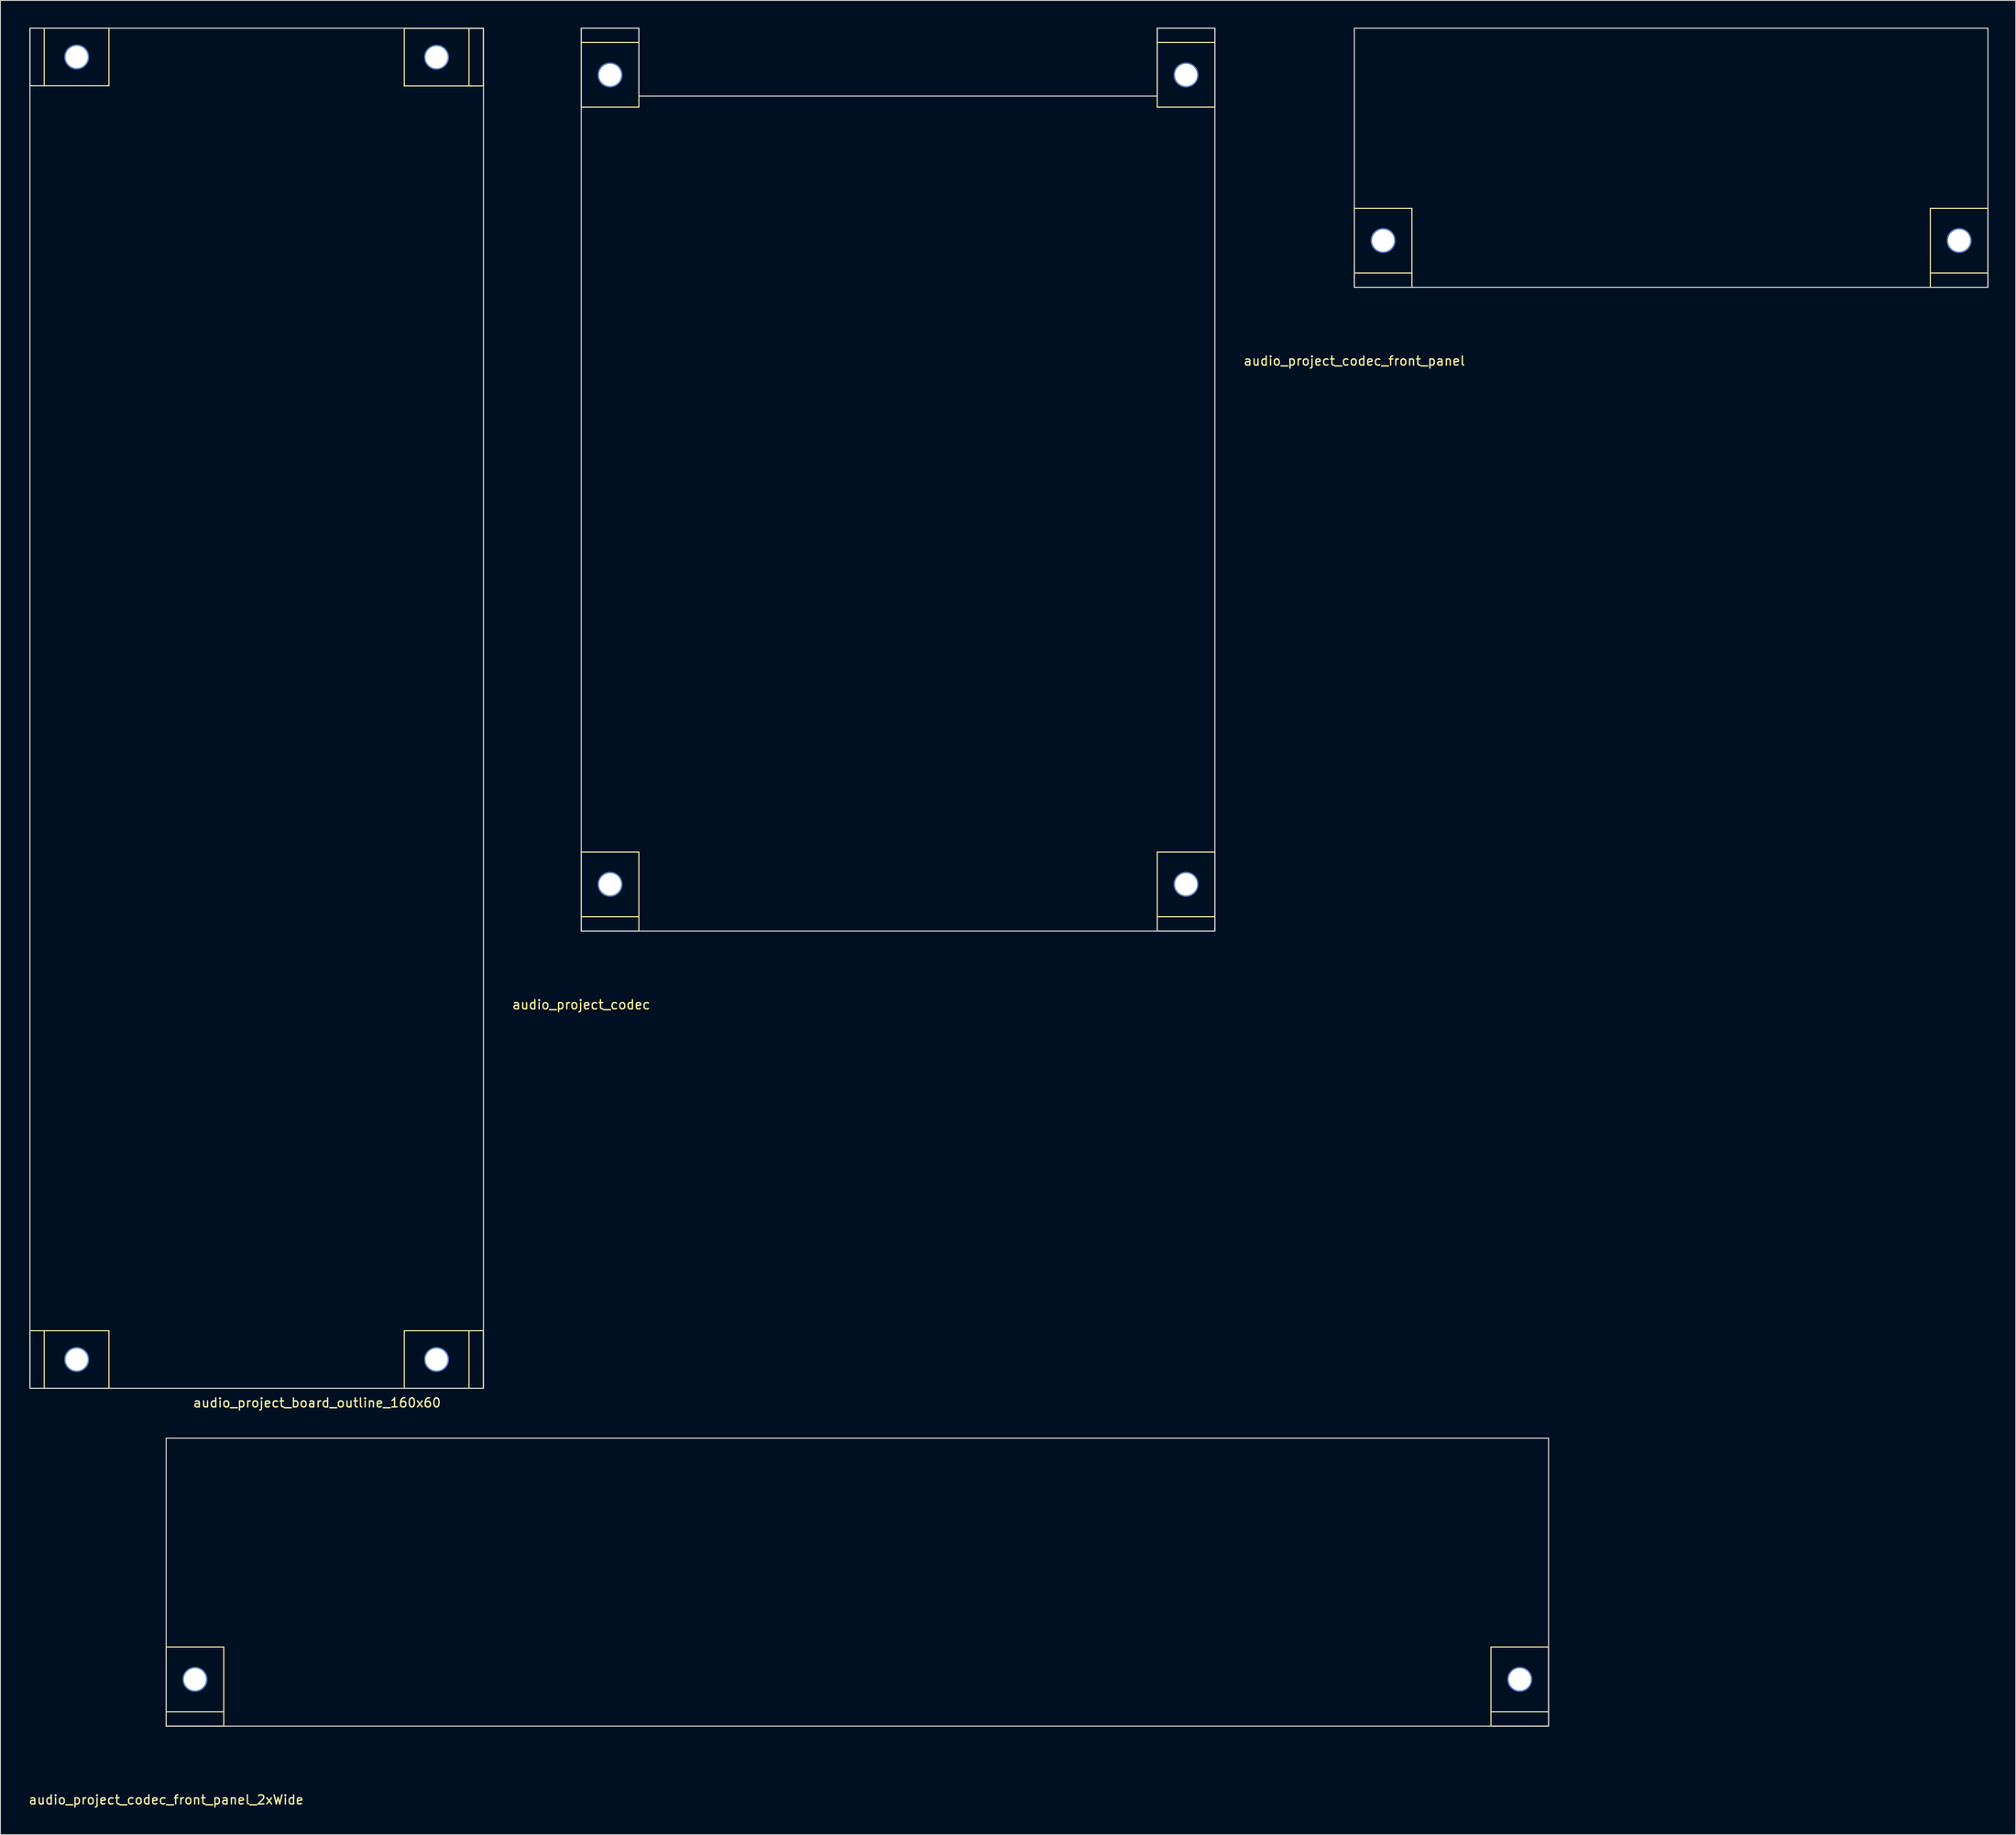
<source format=kicad_pcb>
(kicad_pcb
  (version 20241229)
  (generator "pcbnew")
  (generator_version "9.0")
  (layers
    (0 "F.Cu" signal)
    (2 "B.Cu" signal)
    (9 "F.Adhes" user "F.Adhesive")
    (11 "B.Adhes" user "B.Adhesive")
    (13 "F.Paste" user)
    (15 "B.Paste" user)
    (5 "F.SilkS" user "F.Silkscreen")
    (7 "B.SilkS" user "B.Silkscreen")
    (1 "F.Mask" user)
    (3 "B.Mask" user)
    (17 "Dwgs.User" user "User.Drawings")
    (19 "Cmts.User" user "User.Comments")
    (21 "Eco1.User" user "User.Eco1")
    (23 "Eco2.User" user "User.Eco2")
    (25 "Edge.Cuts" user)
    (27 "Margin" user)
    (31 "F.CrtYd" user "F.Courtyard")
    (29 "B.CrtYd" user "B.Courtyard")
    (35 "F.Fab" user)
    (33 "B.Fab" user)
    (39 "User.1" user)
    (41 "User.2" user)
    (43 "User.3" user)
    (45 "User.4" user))
  (footprint "audio_project_codec"
    (layer "F.Cu")
    (at 61.03 99.628)
    (property "Reference" "audio_project_codec" (at 0 8.12 0) (layer "F.SilkS") (effects (font (size 1 1) (thickness 0.15))))
    (attr through_hole)
    (fp_line (start 0 -99.568) (end 0 -90.856) (stroke (width 0.12) (type solid)) (layer "F.SilkS"))
    (fp_line (start 0 -99.568) (end 6.35 -99.568) (stroke (width 0.12) (type solid)) (layer "F.SilkS"))
    (fp_line (start 0 -97.993) (end 6.35 -97.993) (stroke (width 0.12) (type solid)) (layer "F.SilkS"))
    (fp_line (start 0 -90.856) (end 6.35 -90.856) (stroke (width 0.12) (type solid)) (layer "F.SilkS"))
    (fp_line (start 0 0) (end 0 -8.712) (stroke (width 0.12) (type solid)) (layer "F.SilkS"))
    (fp_line (start 6.35 -99.568) (end 6.35 -90.856) (stroke (width 0.12) (type solid)) (layer "F.SilkS"))
    (fp_line (start 6.35 -8.712) (end 0 -8.712) (stroke (width 0.12) (type solid)) (layer "F.SilkS"))
    (fp_line (start 6.35 -1.575) (end 0 -1.575) (stroke (width 0.12) (type solid)) (layer "F.SilkS"))
    (fp_line (start 6.35 0) (end 0 0) (stroke (width 0.12) (type solid)) (layer "F.SilkS"))
    (fp_line (start 6.35 0) (end 6.35 -8.712) (stroke (width 0.12) (type solid)) (layer "F.SilkS"))
    (fp_line (start 63.5 -99.568) (end 63.5 -90.856) (stroke (width 0.12) (type solid)) (layer "F.SilkS"))
    (fp_line (start 63.5 -99.568) (end 69.85 -99.568) (stroke (width 0.12) (type solid)) (layer "F.SilkS"))
    (fp_line (start 63.5 -97.993) (end 69.85 -97.993) (stroke (width 0.12) (type solid)) (layer "F.SilkS"))
    (fp_line (start 63.5 -90.856) (end 69.85 -90.856) (stroke (width 0.12) (type solid)) (layer "F.SilkS"))
    (fp_line (start 63.5 0) (end 63.5 -8.712) (stroke (width 0.12) (type solid)) (layer "F.SilkS"))
    (fp_line (start 69.85 -99.568) (end 69.85 -90.856) (stroke (width 0.12) (type solid)) (layer "F.SilkS"))
    (fp_line (start 69.85 -8.712) (end 63.5 -8.712) (stroke (width 0.12) (type solid)) (layer "F.SilkS"))
    (fp_line (start 69.85 -1.575) (end 63.5 -1.575) (stroke (width 0.12) (type solid)) (layer "F.SilkS"))
    (fp_line (start 69.85 0) (end 63.5 0) (stroke (width 0.12) (type solid)) (layer "F.SilkS"))
    (fp_line (start 69.85 0) (end 69.85 -8.712) (stroke (width 0.12) (type solid)) (layer "F.SilkS"))
    (fp_line (start 0 -99.568) (end 6.35 -99.568) (stroke (width 0.12) (type solid)) (layer "Edge.Cuts"))
    (fp_line (start 0 0) (end 0 -99.568) (stroke (width 0.12) (type solid)) (layer "Edge.Cuts"))
    (fp_line (start 0 0) (end 69.85 0) (stroke (width 0.12) (type solid)) (layer "Edge.Cuts"))
    (fp_line (start 6.35 -92.075) (end 6.35 -99.568) (stroke (width 0.12) (type solid)) (layer "Edge.Cuts"))
    (fp_line (start 6.35 -92.075) (end 63.5 -92.075) (stroke (width 0.12) (type solid)) (layer "Edge.Cuts"))
    (fp_line (start 63.5 -99.568) (end 63.5 -92.075) (stroke (width 0.12) (type solid)) (layer "Edge.Cuts"))
    (fp_line (start 63.5 -99.568) (end 69.85 -99.568) (stroke (width 0.12) (type solid)) (layer "Edge.Cuts"))
    (fp_line (start 69.85 0) (end 69.85 -99.568) (stroke (width 0.12) (type solid)) (layer "Edge.Cuts"))
    (pad "1" thru_hole circle (at 3.175 -94.412 90) (size 2.75 2.75) (drill 2.45) (layers "*.Cu" "*.Mask"))
    (pad "1" thru_hole circle (at 3.175 -5.156 270) (size 2.75 2.75) (drill 2.45) (layers "*.Cu" "*.Mask"))
    (pad "1" thru_hole circle (at 66.675 -94.412 90) (size 2.75 2.75) (drill 2.45) (layers "*.Cu" "*.Mask"))
    (pad "1" thru_hole circle (at 66.675 -5.156 270) (size 2.75 2.75) (drill 2.45) (layers "*.Cu" "*.Mask")))
  (footprint "audio_project_codec_front_panel_2xWide"
    (layer "F.Cu")
    (at 15.268 187.318)
    (property "Reference" "audio_project_codec_front_panel_2xWide" (at 0 8.12 0) (layer "F.SilkS") (effects (font (size 1 1) (thickness 0.15))))
    (attr through_hole)
    (fp_line (start 0 0) (end 0 -8.712) (stroke (width 0.12) (type solid)) (layer "F.SilkS"))
    (fp_line (start 6.35 -8.712) (end 0 -8.712) (stroke (width 0.12) (type solid)) (layer "F.SilkS"))
    (fp_line (start 6.35 -1.575) (end 0 -1.575) (stroke (width 0.12) (type solid)) (layer "F.SilkS"))
    (fp_line (start 6.35 0) (end 0 0) (stroke (width 0.12) (type solid)) (layer "F.SilkS"))
    (fp_line (start 6.35 0) (end 6.35 -8.712) (stroke (width 0.12) (type solid)) (layer "F.SilkS"))
    (fp_line (start 146.05 0) (end 146.05 -8.712) (stroke (width 0.12) (type solid)) (layer "F.SilkS"))
    (fp_line (start 152.4 -8.712) (end 146.05 -8.712) (stroke (width 0.12) (type solid)) (layer "F.SilkS"))
    (fp_line (start 152.4 -1.575) (end 146.05 -1.575) (stroke (width 0.12) (type solid)) (layer "F.SilkS"))
    (fp_line (start 152.4 0) (end 146.05 0) (stroke (width 0.12) (type solid)) (layer "F.SilkS"))
    (fp_line (start 152.4 0) (end 152.4 -8.712) (stroke (width 0.12) (type solid)) (layer "F.SilkS"))
    (fp_line (start 0 -31.75) (end 152.4 -31.75) (stroke (width 0.12) (type solid)) (layer "Edge.Cuts"))
    (fp_line (start 0 0) (end 0 -31.75) (stroke (width 0.12) (type solid)) (layer "Edge.Cuts"))
    (fp_line (start 0 0) (end 152.4 0) (stroke (width 0.12) (type solid)) (layer "Edge.Cuts"))
    (fp_line (start 152.4 0) (end 152.4 -31.75) (stroke (width 0.12) (type solid)) (layer "Edge.Cuts"))
    (pad "1" thru_hole circle (at 3.175 -5.156 270) (size 2.75 2.75) (drill 2.45) (layers "*.Cu" "*.Mask"))
    (pad "1" thru_hole circle (at 149.225 -5.156 270) (size 2.75 2.75) (drill 2.45) (layers "*.Cu" "*.Mask")))
  (footprint "audio_project_board_outline_160x60"
    (layer "F.Cu")
    (at 0.25 150.06)
    (property "Reference" "audio_project_board_outline_160x60" (at 31.65 1.6 180) (layer "F.SilkS") (effects (font (size 1 1) (thickness 0.15))))
    (attr through_hole)
    (fp_line (start 0 -6.35) (end 8.712 -6.35) (stroke (width 0.12) (type solid)) (layer "F.SilkS"))
    (fp_line (start 0 0) (end 0 -6.35) (stroke (width 0.12) (type solid)) (layer "F.SilkS"))
    (fp_line (start 0 0) (end 8.712 0) (stroke (width 0.12) (type solid)) (layer "F.SilkS"))
    (fp_line (start 0.0002 -150) (end 8.712 -150) (stroke (width 0.12) (type solid)) (layer "F.SilkS"))
    (fp_line (start 0.0002 -143.65) (end 0.0002 -150) (stroke (width 0.12) (type solid)) (layer "F.SilkS"))
    (fp_line (start 0.0002 -143.65) (end 8.712 -143.65) (stroke (width 0.12) (type solid)) (layer "F.SilkS"))
    (fp_line (start 1.575 0) (end 1.575 -6.35) (stroke (width 0.12) (type solid)) (layer "F.SilkS"))
    (fp_line (start 1.575 -143.65) (end 1.575 -150) (stroke (width 0.12) (type solid)) (layer "F.SilkS"))
    (fp_line (start 8.712 0) (end 8.712 -6.35) (stroke (width 0.12) (type solid)) (layer "F.SilkS"))
    (fp_line (start 8.712 -143.65) (end 8.712 -150) (stroke (width 0.12) (type solid)) (layer "F.SilkS"))
    (fp_line (start 41.269 -149.975) (end 41.269 -143.625) (stroke (width 0.12) (type solid)) (layer "F.SilkS"))
    (fp_line (start 41.269 -6.35) (end 41.269 0) (stroke (width 0.12) (type solid)) (layer "F.SilkS"))
    (fp_line (start 48.406 -149.975) (end 48.406 -143.625) (stroke (width 0.12) (type solid)) (layer "F.SilkS"))
    (fp_line (start 48.406 -6.35) (end 48.406 0) (stroke (width 0.12) (type solid)) (layer "F.SilkS"))
    (fp_line (start 49.981 -149.975) (end 41.269 -149.975) (stroke (width 0.12) (type solid)) (layer "F.SilkS"))
    (fp_line (start 49.981 -149.975) (end 49.981 -143.625) (stroke (width 0.12) (type solid)) (layer "F.SilkS"))
    (fp_line (start 49.981 -143.625) (end 41.269 -143.625) (stroke (width 0.12) (type solid)) (layer "F.SilkS"))
    (fp_line (start 49.981 -6.35) (end 41.269 -6.35) (stroke (width 0.12) (type solid)) (layer "F.SilkS"))
    (fp_line (start 49.981 -6.35) (end 49.981 0) (stroke (width 0.12) (type solid)) (layer "F.SilkS"))
    (fp_line (start 49.981 0) (end 41.269 0) (stroke (width 0.12) (type solid)) (layer "F.SilkS"))
    (fp_line (start 0 -150) (end 50 -150) (stroke (width 0.12) (type solid)) (layer "Edge.Cuts"))
    (fp_line (start 0 0) (end 0 -150) (stroke (width 0.12) (type solid)) (layer "Edge.Cuts"))
    (fp_line (start 0 0) (end 50 0) (stroke (width 0.12) (type solid)) (layer "Edge.Cuts"))
    (fp_line (start 50 0) (end 50 -150) (stroke (width 0.12) (type solid)) (layer "Edge.Cuts"))
    (pad "1" thru_hole circle (at 5.156 -3.175 180) (size 2.75 2.75) (drill 2.45) (layers "*.Cu" "*.Mask"))
    (pad "1" thru_hole circle (at 5.156 -146.825 180) (size 2.75 2.75) (drill 2.45) (layers "*.Cu" "*.Mask"))
    (pad "1" thru_hole circle (at 44.825 -146.8) (size 2.75 2.75) (drill 2.45) (layers "*.Cu" "*.Mask"))
    (pad "1" thru_hole circle (at 44.825 -3.175) (size 2.75 2.75) (drill 2.45) (layers "*.Cu" "*.Mask")))
  (footprint "audio_project_codec_front_panel"
    (layer "F.Cu")
    (at 146.256 28.635)
    (property "Reference" "audio_project_codec_front_panel" (at 0 8.12 0) (layer "F.SilkS") (effects (font (size 1 1) (thickness 0.15))))
    (attr through_hole)
    (fp_line (start 0 0) (end 0 -8.712) (stroke (width 0.12) (type solid)) (layer "F.SilkS"))
    (fp_line (start 6.35 -8.712) (end 0 -8.712) (stroke (width 0.12) (type solid)) (layer "F.SilkS"))
    (fp_line (start 6.35 -1.575) (end 0 -1.575) (stroke (width 0.12) (type solid)) (layer "F.SilkS"))
    (fp_line (start 6.35 0) (end 0 0) (stroke (width 0.12) (type solid)) (layer "F.SilkS"))
    (fp_line (start 6.35 0) (end 6.35 -8.712) (stroke (width 0.12) (type solid)) (layer "F.SilkS"))
    (fp_line (start 63.5 0) (end 63.5 -8.712) (stroke (width 0.12) (type solid)) (layer "F.SilkS"))
    (fp_line (start 69.85 -8.712) (end 63.5 -8.712) (stroke (width 0.12) (type solid)) (layer "F.SilkS"))
    (fp_line (start 69.85 -1.575) (end 63.5 -1.575) (stroke (width 0.12) (type solid)) (layer "F.SilkS"))
    (fp_line (start 69.85 0) (end 63.5 0) (stroke (width 0.12) (type solid)) (layer "F.SilkS"))
    (fp_line (start 69.85 0) (end 69.85 -8.712) (stroke (width 0.12) (type solid)) (layer "F.SilkS"))
    (fp_line (start 0 -28.575) (end 69.85 -28.575) (stroke (width 0.12) (type solid)) (layer "Edge.Cuts"))
    (fp_line (start 0 0) (end 0 -28.575) (stroke (width 0.12) (type solid)) (layer "Edge.Cuts"))
    (fp_line (start 0 0) (end 69.85 0) (stroke (width 0.12) (type solid)) (layer "Edge.Cuts"))
    (fp_line (start 69.85 0) (end 69.85 -28.575) (stroke (width 0.12) (type solid)) (layer "Edge.Cuts"))
    (pad "1" thru_hole circle (at 3.175 -5.156 270) (size 2.75 2.75) (drill 2.45) (layers "*.Cu" "*.Mask"))
    (pad "1" thru_hole circle (at 66.675 -5.156 270) (size 2.75 2.75) (drill 2.45) (layers "*.Cu" "*.Mask")))
  (gr_rect
    (start -3 -3)
    (end 219.166 199.286)
    (stroke (width 0.1) (type default))
    (fill no)
    (layer "Edge.Cuts")))
</source>
